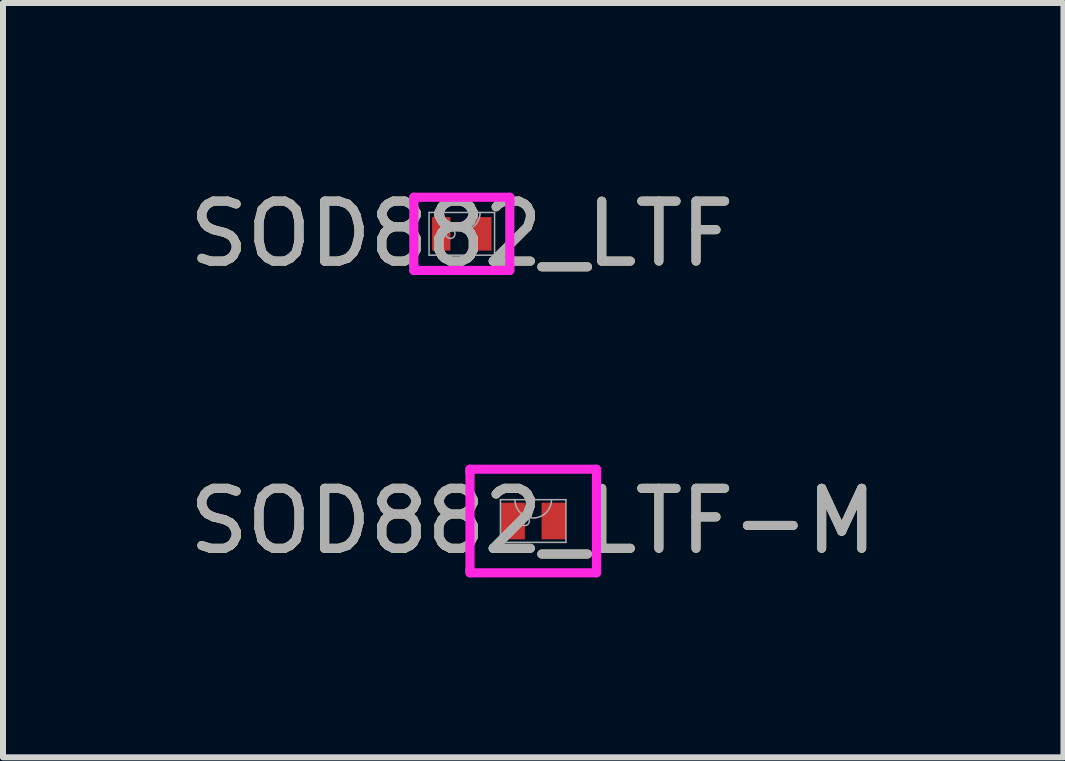
<source format=kicad_pcb>
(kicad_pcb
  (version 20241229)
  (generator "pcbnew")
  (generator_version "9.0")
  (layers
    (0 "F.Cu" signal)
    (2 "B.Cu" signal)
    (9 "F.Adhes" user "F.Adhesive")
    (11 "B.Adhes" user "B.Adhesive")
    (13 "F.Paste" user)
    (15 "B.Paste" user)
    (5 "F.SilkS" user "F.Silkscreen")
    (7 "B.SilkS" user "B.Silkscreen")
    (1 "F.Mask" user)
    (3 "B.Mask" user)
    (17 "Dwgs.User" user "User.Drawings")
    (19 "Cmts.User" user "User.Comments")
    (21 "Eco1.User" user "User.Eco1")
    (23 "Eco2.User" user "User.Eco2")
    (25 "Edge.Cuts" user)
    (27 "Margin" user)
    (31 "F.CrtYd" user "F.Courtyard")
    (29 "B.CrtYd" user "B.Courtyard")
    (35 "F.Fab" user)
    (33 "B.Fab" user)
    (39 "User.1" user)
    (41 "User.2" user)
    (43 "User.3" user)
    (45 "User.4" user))
  (footprint "SOD882_LTF-M"
    (layer "F.Cu")
    (at 5.839 5.636)
    (property "Reference" "SOD882_LTF-M" (at 0 0 0) (unlocked yes) (layer "F.SilkS") (effects (font (size 1 1) (thickness 0.15))))
    (attr smd)
    (fp_line (start -1.054 -0.864) (end 1.054 -0.864) (stroke (width 0.152) (type solid)) (layer "F.CrtYd"))
    (fp_line (start -1.054 -0.813) (end -1.054 -0.864) (stroke (width 0.152) (type solid)) (layer "F.CrtYd"))
    (fp_line (start -1.054 -0.813) (end -1.054 -0.813) (stroke (width 0.152) (type solid)) (layer "F.CrtYd"))
    (fp_line (start -1.054 0.813) (end -1.054 -0.813) (stroke (width 0.152) (type solid)) (layer "F.CrtYd"))
    (fp_line (start -1.054 0.813) (end -1.054 0.813) (stroke (width 0.152) (type solid)) (layer "F.CrtYd"))
    (fp_line (start -1.054 0.864) (end -1.054 0.813) (stroke (width 0.152) (type solid)) (layer "F.CrtYd"))
    (fp_line (start 1.054 -0.864) (end 1.054 -0.813) (stroke (width 0.152) (type solid)) (layer "F.CrtYd"))
    (fp_line (start 1.054 -0.813) (end 1.054 -0.813) (stroke (width 0.152) (type solid)) (layer "F.CrtYd"))
    (fp_line (start 1.054 -0.813) (end 1.054 0.813) (stroke (width 0.152) (type solid)) (layer "F.CrtYd"))
    (fp_line (start 1.054 0.813) (end 1.054 0.813) (stroke (width 0.152) (type solid)) (layer "F.CrtYd"))
    (fp_line (start 1.054 0.813) (end 1.054 0.864) (stroke (width 0.152) (type solid)) (layer "F.CrtYd"))
    (fp_line (start 1.054 0.864) (end -1.054 0.864) (stroke (width 0.152) (type solid)) (layer "F.CrtYd"))
    (fp_line (start -0.546 -0.356) (end -0.546 0.356) (stroke (width 0.025) (type solid)) (layer "F.Fab"))
    (fp_line (start -0.546 0.356) (end 0.546 0.356) (stroke (width 0.025) (type solid)) (layer "F.Fab"))
    (fp_line (start 0.546 -0.356) (end -0.546 -0.356) (stroke (width 0.025) (type solid)) (layer "F.Fab"))
    (fp_line (start 0.546 0.356) (end 0.546 -0.356) (stroke (width 0.025) (type solid)) (layer "F.Fab"))
    (fp_arc (start 0.3048 -0.3556) (mid 0 -0.0508) (end -0.3048 -0.3556) (stroke (width 0.0254) (type solid)) (layer "F.Fab"))
    (fp_circle (center -0.14 0) (end -0.064 0) (stroke (width 0.025) (type solid)) (fill no) (layer "F.Fab"))
    (fp_text user "${REFERENCE}" (at 0 0 0) (unlocked yes) (layer "F.Fab") (effects (font (size 1 1) (thickness 0.15))))
    (pad "1" smd rect (at -0.343 0) (size 0.406 0.61) (layers "F.Cu" "F.Mask" "F.Paste"))
    (pad "2" smd rect (at 0.343 0) (size 0.406 0.61) (layers "F.Cu" "F.Mask" "F.Paste")))
  (footprint "SOD882_LTF"
    (layer "F.Cu")
    (at 4.649 0.848)
    (property "Reference" "SOD882_LTF" (at 0 0 0) (unlocked yes) (layer "F.SilkS") (effects (font (size 1 1) (thickness 0.15))))
    (attr smd)
    (fp_line (start -0.8 -0.61) (end 0.8 -0.61) (stroke (width 0.152) (type solid)) (layer "F.CrtYd"))
    (fp_line (start -0.8 -0.533) (end -0.8 -0.61) (stroke (width 0.152) (type solid)) (layer "F.CrtYd"))
    (fp_line (start -0.8 -0.533) (end -0.8 -0.533) (stroke (width 0.152) (type solid)) (layer "F.CrtYd"))
    (fp_line (start -0.8 0.533) (end -0.8 -0.533) (stroke (width 0.152) (type solid)) (layer "F.CrtYd"))
    (fp_line (start -0.8 0.533) (end -0.8 0.533) (stroke (width 0.152) (type solid)) (layer "F.CrtYd"))
    (fp_line (start -0.8 0.61) (end -0.8 0.533) (stroke (width 0.152) (type solid)) (layer "F.CrtYd"))
    (fp_line (start 0.8 -0.61) (end 0.8 -0.533) (stroke (width 0.152) (type solid)) (layer "F.CrtYd"))
    (fp_line (start 0.8 -0.533) (end 0.8 -0.533) (stroke (width 0.152) (type solid)) (layer "F.CrtYd"))
    (fp_line (start 0.8 -0.533) (end 0.8 0.533) (stroke (width 0.152) (type solid)) (layer "F.CrtYd"))
    (fp_line (start 0.8 0.533) (end 0.8 0.533) (stroke (width 0.152) (type solid)) (layer "F.CrtYd"))
    (fp_line (start 0.8 0.533) (end 0.8 0.61) (stroke (width 0.152) (type solid)) (layer "F.CrtYd"))
    (fp_line (start 0.8 0.61) (end -0.8 0.61) (stroke (width 0.152) (type solid)) (layer "F.CrtYd"))
    (fp_line (start -0.546 -0.356) (end -0.546 0.356) (stroke (width 0.025) (type solid)) (layer "F.Fab"))
    (fp_line (start -0.546 0.356) (end 0.546 0.356) (stroke (width 0.025) (type solid)) (layer "F.Fab"))
    (fp_line (start 0.546 -0.356) (end -0.546 -0.356) (stroke (width 0.025) (type solid)) (layer "F.Fab"))
    (fp_line (start 0.546 0.356) (end 0.546 -0.356) (stroke (width 0.025) (type solid)) (layer "F.Fab"))
    (fp_arc (start 0.3048 -0.3556) (mid 0 -0.0508) (end -0.3048 -0.3556) (stroke (width 0.0254) (type solid)) (layer "F.Fab"))
    (fp_circle (center -0.191 0) (end -0.114 0) (stroke (width 0.025) (type solid)) (fill no) (layer "F.Fab"))
    (fp_text user "${REFERENCE}" (at 0 0 0) (unlocked yes) (layer "F.Fab") (effects (font (size 1 1) (thickness 0.15))))
    (pad "1" smd rect (at -0.343 0) (size 0.305 0.559) (layers "F.Cu" "F.Mask" "F.Paste"))
    (pad "2" smd rect (at 0.343 0) (size 0.305 0.559) (layers "F.Cu" "F.Mask" "F.Paste")))
  (gr_rect
    (start -3 -3)
    (end 14.679 9.576)
    (stroke (width 0.1) (type default))
    (fill no)
    (layer "Edge.Cuts")))
</source>
